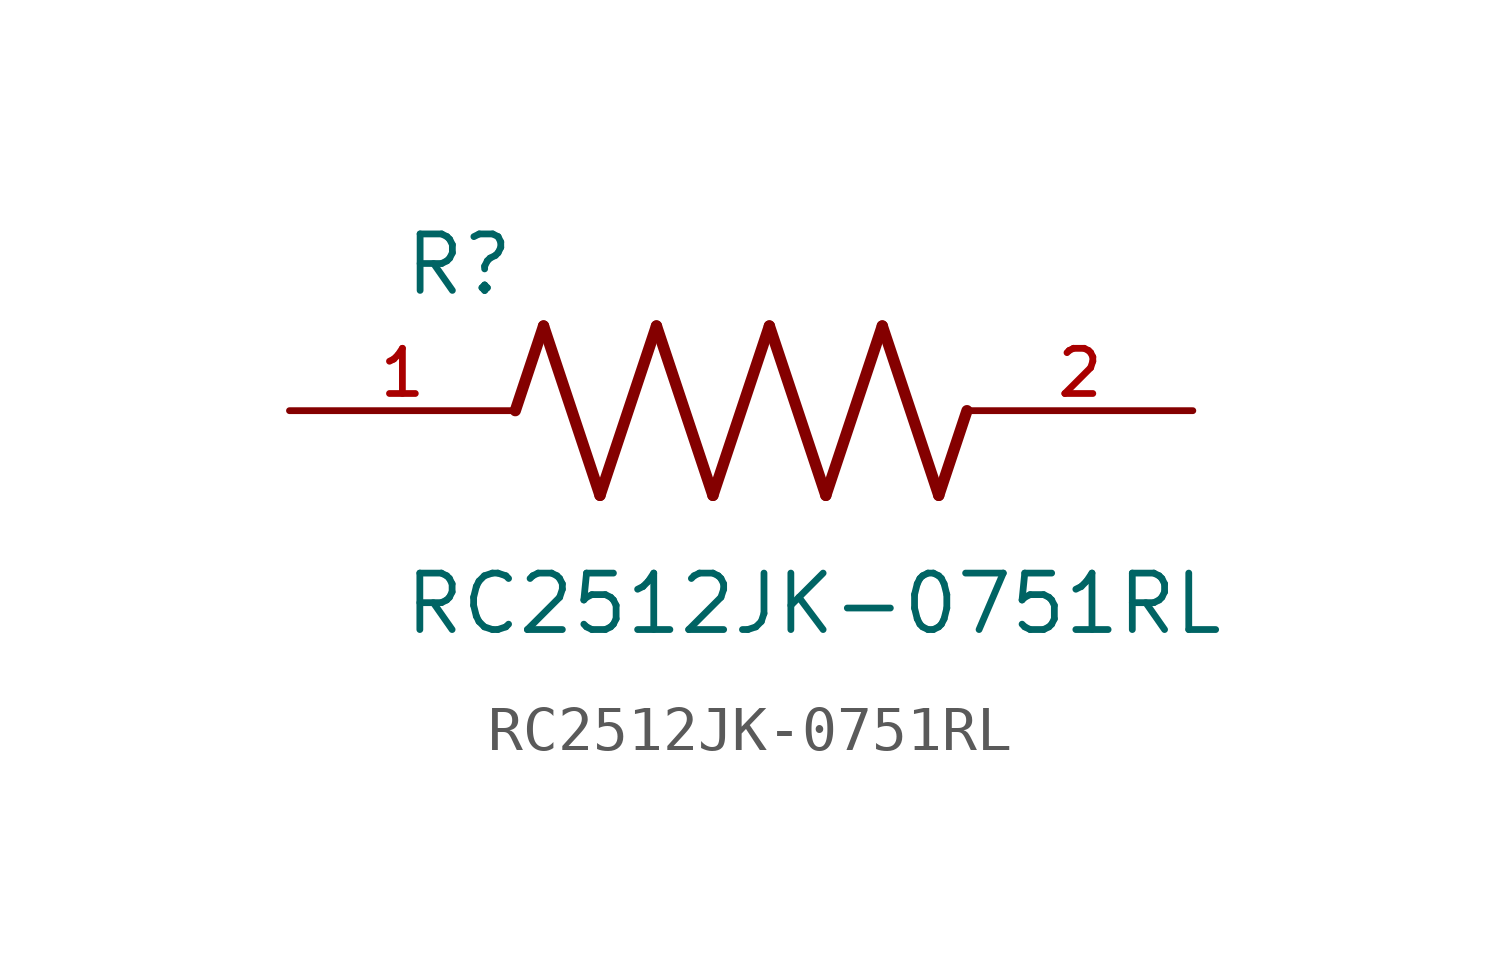
<source format=kicad_sym>
(kicad_symbol_lib
  (version 20231120)
  (generator "kicad_symbol_editor")
  (generator_version "8.0")
  (symbol "RC2512JK-0751RL"
    (pin_names
      (offset 1.016))
    (property "Reference" "R"
      (at -7.624 2.542 0)
      (effects (font (size 1.27 1.27)) (justify left bottom)))
    (property "Value" "RC2512JK-0751RL"
      (at -7.63 -5.087 0)
      (effects (font (size 1.27 1.27)) (justify left bottom)))
    (symbol "RC2512JK-0751RL_0_0"
      (polyline (pts (xy -5.08 0) (xy -4.445 1.905)) (stroke (width 0.254) (type default)) (fill (type none)))
      (polyline (pts (xy -4.445 1.905) (xy -3.175 -1.905)) (stroke (width 0.254) (type default)) (fill (type none)))
      (polyline (pts (xy -3.175 -1.905) (xy -1.905 1.905)) (stroke (width 0.254) (type default)) (fill (type none)))
      (polyline (pts (xy -1.905 1.905) (xy -0.635 -1.905)) (stroke (width 0.254) (type default)) (fill (type none)))
      (polyline (pts (xy -0.635 -1.905) (xy 0.635 1.905)) (stroke (width 0.254) (type default)) (fill (type none)))
      (polyline (pts (xy 0.635 1.905) (xy 1.905 -1.905)) (stroke (width 0.254) (type default)) (fill (type none)))
      (polyline (pts (xy 1.905 -1.905) (xy 3.175 1.905)) (stroke (width 0.254) (type default)) (fill (type none)))
      (polyline (pts (xy 3.175 1.905) (xy 4.445 -1.905)) (stroke (width 0.254) (type default)) (fill (type none)))
      (polyline (pts (xy 4.445 -1.905) (xy 5.08 0)) (stroke (width 0.254) (type default)) (fill (type none)))
      (pin passive line (at -10.16 0 0) (length 5.08) (name "~" (effects (font (size 1.016 1.016)))) (number "1" (effects (font (size 1.016 1.016)))))
      (pin passive line (at 10.16 0 180) (length 5.08) (name "~" (effects (font (size 1.016 1.016)))) (number "2" (effects (font (size 1.016 1.016))))))))
</source>
